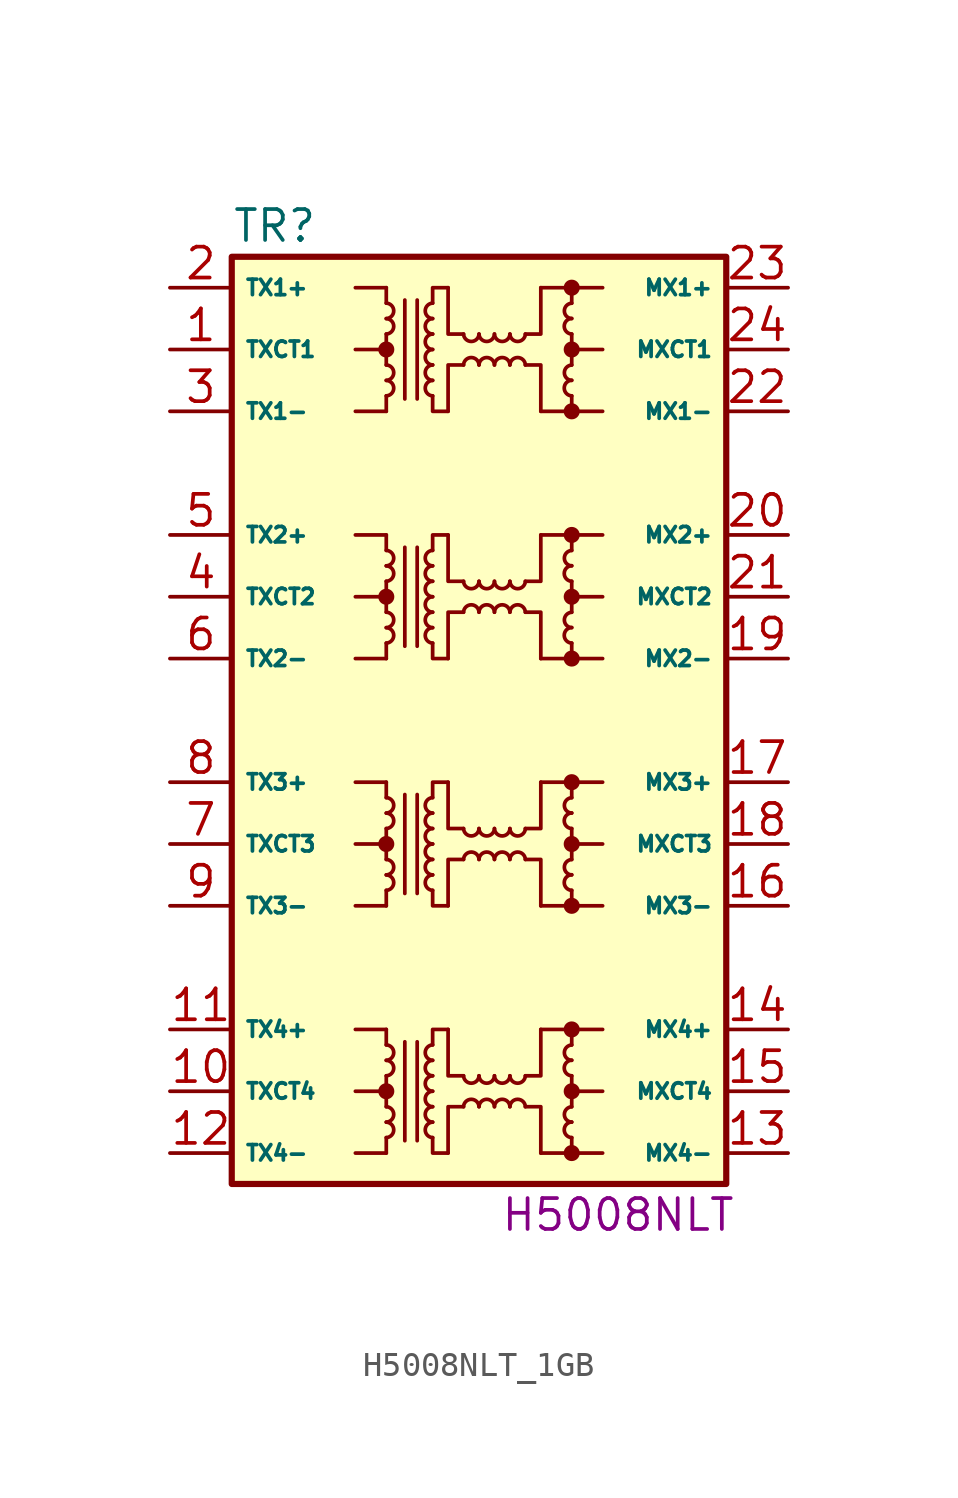
<source format=kicad_sym>
(kicad_symbol_lib
  (version 20211014)
  (generator kicad_symbol_editor)
  (symbol "H5008NLT_1GB"
    (property "Reference" "TR"
      (at -10.16 20.32 0)
      (effects (font (size 1.27 1.27)) (justify left)))
    (property "Manufacturer Part Number" "H5008NLT"
      (at 5.715 -20.32 0)
      (effects (font (size 1.27 1.27))))
    (symbol "H5008NLT_1GB_0_1"
      (rectangle (start -10.16 19.05) (end 10.16 -19.05) (stroke (width 0.254) (type default) (color 0 0 0 0)) (fill (type background)))
      (arc (start -3.81 -17.145) (mid -3.5052 -16.8402) (end -3.81 -16.51) (stroke (width 0) (type default) (color 0 0 0 0)) (fill (type none)))
      (arc (start -3.81 -16.51) (mid -3.5052 -16.2052) (end -3.81 -15.875) (stroke (width 0) (type default) (color 0 0 0 0)) (fill (type none)))
      (circle (center -3.81 -15.24) (radius 0.254) (stroke (width 0) (type default) (color 0 0 0 0)) (fill (type outline)))
      (arc (start -3.81 -14.605) (mid -3.5052 -14.3002) (end -3.81 -13.97) (stroke (width 0) (type default) (color 0 0 0 0)) (fill (type none)))
      (arc (start -3.81 -13.97) (mid -3.5052 -13.6652) (end -3.81 -13.335) (stroke (width 0) (type default) (color 0 0 0 0)) (fill (type none)))
      (arc (start -3.81 -6.985) (mid -3.5052 -6.6802) (end -3.81 -6.35) (stroke (width 0) (type default) (color 0 0 0 0)) (fill (type none)))
      (arc (start -3.81 -6.35) (mid -3.5052 -6.0452) (end -3.81 -5.715) (stroke (width 0) (type default) (color 0 0 0 0)) (fill (type none)))
      (circle (center -3.81 -5.08) (radius 0.254) (stroke (width 0) (type default) (color 0 0 0 0)) (fill (type outline)))
      (arc (start -3.81 -4.445) (mid -3.5052 -4.1402) (end -3.81 -3.81) (stroke (width 0) (type default) (color 0 0 0 0)) (fill (type none)))
      (arc (start -3.81 -3.81) (mid -3.5052 -3.5052) (end -3.81 -3.175) (stroke (width 0) (type default) (color 0 0 0 0)) (fill (type none)))
      (arc (start -3.81 3.175) (mid -3.5052 3.4798) (end -3.81 3.81) (stroke (width 0) (type default) (color 0 0 0 0)) (fill (type none)))
      (arc (start -3.81 3.81) (mid -3.5052 4.1148) (end -3.81 4.445) (stroke (width 0) (type default) (color 0 0 0 0)) (fill (type none)))
      (circle (center -3.81 5.08) (radius 0.254) (stroke (width 0) (type default) (color 0 0 0 0)) (fill (type outline)))
      (arc (start -3.81 5.715) (mid -3.5052 6.0198) (end -3.81 6.35) (stroke (width 0) (type default) (color 0 0 0 0)) (fill (type none)))
      (arc (start -3.81 6.35) (mid -3.5052 6.6548) (end -3.81 6.985) (stroke (width 0) (type default) (color 0 0 0 0)) (fill (type none)))
      (arc (start -3.81 13.335) (mid -3.5052 13.6398) (end -3.81 13.97) (stroke (width 0) (type default) (color 0 0 0 0)) (fill (type none)))
      (arc (start -3.81 13.97) (mid -3.5052 14.2748) (end -3.81 14.605) (stroke (width 0) (type default) (color 0 0 0 0)) (fill (type none)))
      (circle (center -3.81 15.24) (radius 0.254) (stroke (width 0) (type default) (color 0 0 0 0)) (fill (type outline)))
      (arc (start -3.81 15.875) (mid -3.5052 16.1798) (end -3.81 16.51) (stroke (width 0) (type default) (color 0 0 0 0)) (fill (type none)))
      (arc (start -3.81 16.51) (mid -3.5052 16.8148) (end -3.81 17.145) (stroke (width 0) (type default) (color 0 0 0 0)) (fill (type none)))
      (arc (start -1.905 -16.51) (mid -2.2098 -16.8148) (end -1.905 -17.145) (stroke (width 0) (type default) (color 0 0 0 0)) (fill (type none)))
      (arc (start -1.905 -15.875) (mid -2.2098 -16.1798) (end -1.905 -16.51) (stroke (width 0) (type default) (color 0 0 0 0)) (fill (type none)))
      (arc (start -1.905 -15.24) (mid -2.2098 -15.5448) (end -1.905 -15.875) (stroke (width 0) (type default) (color 0 0 0 0)) (fill (type none)))
      (arc (start -1.905 -14.605) (mid -2.2098 -14.9098) (end -1.905 -15.24) (stroke (width 0) (type default) (color 0 0 0 0)) (fill (type none)))
      (arc (start -1.905 -13.97) (mid -2.2098 -14.2748) (end -1.905 -14.605) (stroke (width 0) (type default) (color 0 0 0 0)) (fill (type none)))
      (arc (start -1.905 -13.335) (mid -2.2098 -13.6398) (end -1.905 -13.97) (stroke (width 0) (type default) (color 0 0 0 0)) (fill (type none)))
      (arc (start -1.905 -6.35) (mid -2.2098 -6.6548) (end -1.905 -6.985) (stroke (width 0) (type default) (color 0 0 0 0)) (fill (type none)))
      (arc (start -1.905 -5.715) (mid -2.2098 -6.0198) (end -1.905 -6.35) (stroke (width 0) (type default) (color 0 0 0 0)) (fill (type none)))
      (arc (start -1.905 -5.08) (mid -2.2098 -5.3848) (end -1.905 -5.715) (stroke (width 0) (type default) (color 0 0 0 0)) (fill (type none)))
      (arc (start -1.905 -4.445) (mid -2.2098 -4.7498) (end -1.905 -5.08) (stroke (width 0) (type default) (color 0 0 0 0)) (fill (type none)))
      (arc (start -1.905 -3.81) (mid -2.2098 -4.1148) (end -1.905 -4.445) (stroke (width 0) (type default) (color 0 0 0 0)) (fill (type none)))
      (arc (start -1.905 -3.175) (mid -2.2098 -3.4798) (end -1.905 -3.81) (stroke (width 0) (type default) (color 0 0 0 0)) (fill (type none)))
      (arc (start -1.905 3.81) (mid -2.2098 3.5052) (end -1.905 3.175) (stroke (width 0) (type default) (color 0 0 0 0)) (fill (type none)))
      (arc (start -1.905 4.445) (mid -2.2098 4.1402) (end -1.905 3.81) (stroke (width 0) (type default) (color 0 0 0 0)) (fill (type none)))
      (arc (start -1.905 5.08) (mid -2.2098 4.7752) (end -1.905 4.445) (stroke (width 0) (type default) (color 0 0 0 0)) (fill (type none)))
      (arc (start -1.905 5.715) (mid -2.2098 5.4102) (end -1.905 5.08) (stroke (width 0) (type default) (color 0 0 0 0)) (fill (type none)))
      (arc (start -1.905 6.35) (mid -2.2098 6.0452) (end -1.905 5.715) (stroke (width 0) (type default) (color 0 0 0 0)) (fill (type none)))
      (arc (start -1.905 6.985) (mid -2.2098 6.6802) (end -1.905 6.35) (stroke (width 0) (type default) (color 0 0 0 0)) (fill (type none)))
      (arc (start -1.905 13.97) (mid -2.2098 13.6652) (end -1.905 13.335) (stroke (width 0) (type default) (color 0 0 0 0)) (fill (type none)))
      (arc (start -1.905 14.605) (mid -2.2098 14.3002) (end -1.905 13.97) (stroke (width 0) (type default) (color 0 0 0 0)) (fill (type none)))
      (arc (start -1.905 15.24) (mid -2.2098 14.9352) (end -1.905 14.605) (stroke (width 0) (type default) (color 0 0 0 0)) (fill (type none)))
      (arc (start -1.905 15.875) (mid -2.2098 15.5702) (end -1.905 15.24) (stroke (width 0) (type default) (color 0 0 0 0)) (fill (type none)))
      (arc (start -1.905 16.51) (mid -2.2098 16.2052) (end -1.905 15.875) (stroke (width 0) (type default) (color 0 0 0 0)) (fill (type none)))
      (arc (start -1.905 17.145) (mid -2.2098 16.8402) (end -1.905 16.51) (stroke (width 0) (type default) (color 0 0 0 0)) (fill (type none)))
      (arc (start -0.635 -14.605) (mid -0.3302 -14.9098) (end 0 -14.605) (stroke (width 0) (type default) (color 0 0 0 0)) (fill (type none)))
      (arc (start -0.635 -4.445) (mid -0.3302 -4.7498) (end 0 -4.445) (stroke (width 0) (type default) (color 0 0 0 0)) (fill (type none)))
      (arc (start -0.635 5.715) (mid -0.3302 5.4102) (end 0 5.715) (stroke (width 0) (type default) (color 0 0 0 0)) (fill (type none)))
      (arc (start -0.635 15.875) (mid -0.3302 15.5702) (end 0 15.875) (stroke (width 0) (type default) (color 0 0 0 0)) (fill (type none)))
      (arc (start 0 -15.875) (mid -0.3048 -15.5702) (end -0.635 -15.875) (stroke (width 0) (type default) (color 0 0 0 0)) (fill (type none)))
      (arc (start 0 -14.605) (mid 0.3048 -14.9098) (end 0.635 -14.605) (stroke (width 0) (type default) (color 0 0 0 0)) (fill (type none)))
      (arc (start 0 -5.715) (mid -0.3048 -5.4102) (end -0.635 -5.715) (stroke (width 0) (type default) (color 0 0 0 0)) (fill (type none)))
      (arc (start 0 -4.445) (mid 0.3048 -4.7498) (end 0.635 -4.445) (stroke (width 0) (type default) (color 0 0 0 0)) (fill (type none)))
      (polyline (pts (xy -5.08 -17.78) (xy -3.81 -17.78)) (stroke (width 0) (type default) (color 0 0 0 0)) (fill (type none)))
      (polyline (pts (xy -5.08 -12.7) (xy -3.81 -12.7)) (stroke (width 0) (type default) (color 0 0 0 0)) (fill (type none)))
      (polyline (pts (xy -5.08 -7.62) (xy -3.81 -7.62)) (stroke (width 0) (type default) (color 0 0 0 0)) (fill (type none)))
      (polyline (pts (xy -5.08 -2.54) (xy -3.81 -2.54)) (stroke (width 0) (type default) (color 0 0 0 0)) (fill (type none)))
      (polyline (pts (xy -5.08 2.54) (xy -3.81 2.54)) (stroke (width 0) (type default) (color 0 0 0 0)) (fill (type none)))
      (polyline (pts (xy -5.08 7.62) (xy -3.81 7.62)) (stroke (width 0) (type default) (color 0 0 0 0)) (fill (type none)))
      (polyline (pts (xy -5.08 12.7) (xy -3.81 12.7)) (stroke (width 0) (type default) (color 0 0 0 0)) (fill (type none)))
      (polyline (pts (xy -5.08 17.78) (xy -3.81 17.78)) (stroke (width 0) (type default) (color 0 0 0 0)) (fill (type none)))
      (polyline (pts (xy -3.81 -17.78) (xy -3.81 -17.145)) (stroke (width 0) (type default) (color 0 0 0 0)) (fill (type none)))
      (polyline (pts (xy -3.81 -15.24) (xy -5.08 -15.24)) (stroke (width 0) (type default) (color 0 0 0 0)) (fill (type none)))
      (polyline (pts (xy -3.81 -15.24) (xy -3.81 -15.875)) (stroke (width 0) (type default) (color 0 0 0 0)) (fill (type none)))
      (polyline (pts (xy -3.81 -15.24) (xy -3.81 -14.605)) (stroke (width 0) (type default) (color 0 0 0 0)) (fill (type none)))
      (polyline (pts (xy -3.81 -12.7) (xy -3.81 -13.335)) (stroke (width 0) (type default) (color 0 0 0 0)) (fill (type none)))
      (polyline (pts (xy -3.81 -7.62) (xy -3.81 -6.985)) (stroke (width 0) (type default) (color 0 0 0 0)) (fill (type none)))
      (polyline (pts (xy -3.81 -5.08) (xy -5.08 -5.08)) (stroke (width 0) (type default) (color 0 0 0 0)) (fill (type none)))
      (polyline (pts (xy -3.81 -5.08) (xy -3.81 -5.715)) (stroke (width 0) (type default) (color 0 0 0 0)) (fill (type none)))
      (polyline (pts (xy -3.81 -5.08) (xy -3.81 -4.445)) (stroke (width 0) (type default) (color 0 0 0 0)) (fill (type none)))
      (polyline (pts (xy -3.81 -2.54) (xy -3.81 -3.175)) (stroke (width 0) (type default) (color 0 0 0 0)) (fill (type none)))
      (polyline (pts (xy -3.81 2.54) (xy -3.81 3.175)) (stroke (width 0) (type default) (color 0 0 0 0)) (fill (type none)))
      (polyline (pts (xy -3.81 5.08) (xy -5.08 5.08)) (stroke (width 0) (type default) (color 0 0 0 0)) (fill (type none)))
      (polyline (pts (xy -3.81 5.08) (xy -3.81 4.445)) (stroke (width 0) (type default) (color 0 0 0 0)) (fill (type none)))
      (polyline (pts (xy -3.81 5.08) (xy -3.81 5.715)) (stroke (width 0) (type default) (color 0 0 0 0)) (fill (type none)))
      (polyline (pts (xy -3.81 7.62) (xy -3.81 6.985)) (stroke (width 0) (type default) (color 0 0 0 0)) (fill (type none)))
      (polyline (pts (xy -3.81 12.7) (xy -3.81 13.335)) (stroke (width 0) (type default) (color 0 0 0 0)) (fill (type none)))
      (polyline (pts (xy -3.81 15.24) (xy -5.08 15.24)) (stroke (width 0) (type default) (color 0 0 0 0)) (fill (type none)))
      (polyline (pts (xy -3.81 15.24) (xy -3.81 14.605)) (stroke (width 0) (type default) (color 0 0 0 0)) (fill (type none)))
      (polyline (pts (xy -3.81 15.24) (xy -3.81 15.875)) (stroke (width 0) (type default) (color 0 0 0 0)) (fill (type none)))
      (polyline (pts (xy -3.81 17.78) (xy -3.81 17.145)) (stroke (width 0) (type default) (color 0 0 0 0)) (fill (type none)))
      (polyline (pts (xy -3.048 -17.272) (xy -3.048 -13.208)) (stroke (width 0) (type default) (color 0 0 0 0)) (fill (type none)))
      (polyline (pts (xy -3.048 -7.112) (xy -3.048 -3.048)) (stroke (width 0) (type default) (color 0 0 0 0)) (fill (type none)))
      (polyline (pts (xy -3.048 3.048) (xy -3.048 7.112)) (stroke (width 0) (type default) (color 0 0 0 0)) (fill (type none)))
      (polyline (pts (xy -3.048 13.208) (xy -3.048 17.272)) (stroke (width 0) (type default) (color 0 0 0 0)) (fill (type none)))
      (polyline (pts (xy -2.54 -17.272) (xy -2.54 -13.208)) (stroke (width 0) (type default) (color 0 0 0 0)) (fill (type none)))
      (polyline (pts (xy -2.54 -7.112) (xy -2.54 -3.048)) (stroke (width 0) (type default) (color 0 0 0 0)) (fill (type none)))
      (polyline (pts (xy -2.54 3.048) (xy -2.54 7.112)) (stroke (width 0) (type default) (color 0 0 0 0)) (fill (type none)))
      (polyline (pts (xy -2.54 13.208) (xy -2.54 17.272)) (stroke (width 0) (type default) (color 0 0 0 0)) (fill (type none)))
      (polyline (pts (xy 3.81 -17.78) (xy 3.81 -17.145)) (stroke (width 0) (type default) (color 0 0 0 0)) (fill (type none)))
      (polyline (pts (xy 3.81 -15.24) (xy 3.81 -15.875)) (stroke (width 0) (type default) (color 0 0 0 0)) (fill (type none)))
      (polyline (pts (xy 3.81 -15.24) (xy 3.81 -14.605)) (stroke (width 0) (type default) (color 0 0 0 0)) (fill (type none)))
      (polyline (pts (xy 3.81 -12.7) (xy 3.81 -13.335)) (stroke (width 0) (type default) (color 0 0 0 0)) (fill (type none)))
      (polyline (pts (xy 3.81 -7.62) (xy 3.81 -6.985)) (stroke (width 0) (type default) (color 0 0 0 0)) (fill (type none)))
      (polyline (pts (xy 3.81 -5.08) (xy 3.81 -5.715)) (stroke (width 0) (type default) (color 0 0 0 0)) (fill (type none)))
      (polyline (pts (xy 3.81 -5.08) (xy 3.81 -4.445)) (stroke (width 0) (type default) (color 0 0 0 0)) (fill (type none)))
      (polyline (pts (xy 3.81 -2.54) (xy 3.81 -3.175)) (stroke (width 0) (type default) (color 0 0 0 0)) (fill (type none)))
      (polyline (pts (xy 3.81 2.54) (xy 3.81 3.175)) (stroke (width 0) (type default) (color 0 0 0 0)) (fill (type none)))
      (polyline (pts (xy 3.81 5.08) (xy 3.81 4.445)) (stroke (width 0) (type default) (color 0 0 0 0)) (fill (type none)))
      (polyline (pts (xy 3.81 5.08) (xy 3.81 5.715)) (stroke (width 0) (type default) (color 0 0 0 0)) (fill (type none)))
      (polyline (pts (xy 3.81 7.62) (xy 3.81 6.985)) (stroke (width 0) (type default) (color 0 0 0 0)) (fill (type none)))
      (polyline (pts (xy 3.81 12.7) (xy 3.81 13.335)) (stroke (width 0) (type default) (color 0 0 0 0)) (fill (type none)))
      (polyline (pts (xy 3.81 15.24) (xy 3.81 14.605)) (stroke (width 0) (type default) (color 0 0 0 0)) (fill (type none)))
      (polyline (pts (xy 3.81 15.24) (xy 3.81 15.875)) (stroke (width 0) (type default) (color 0 0 0 0)) (fill (type none)))
      (polyline (pts (xy 3.81 17.78) (xy 3.81 17.145)) (stroke (width 0) (type default) (color 0 0 0 0)) (fill (type none)))
      (polyline (pts (xy 5.08 -17.78) (xy 2.54 -17.78)) (stroke (width 0) (type default) (color 0 0 0 0)) (fill (type none)))
      (polyline (pts (xy 5.08 -15.24) (xy 3.81 -15.24)) (stroke (width 0) (type default) (color 0 0 0 0)) (fill (type none)))
      (polyline (pts (xy 5.08 -12.7) (xy 2.54 -12.7)) (stroke (width 0) (type default) (color 0 0 0 0)) (fill (type none)))
      (polyline (pts (xy 5.08 -7.62) (xy 2.54 -7.62)) (stroke (width 0) (type default) (color 0 0 0 0)) (fill (type none)))
      (polyline (pts (xy 5.08 -5.08) (xy 3.81 -5.08)) (stroke (width 0) (type default) (color 0 0 0 0)) (fill (type none)))
      (polyline (pts (xy 5.08 -2.54) (xy 2.54 -2.54)) (stroke (width 0) (type default) (color 0 0 0 0)) (fill (type none)))
      (polyline (pts (xy 5.08 2.54) (xy 2.54 2.54)) (stroke (width 0) (type default) (color 0 0 0 0)) (fill (type none)))
      (polyline (pts (xy 5.08 5.08) (xy 3.81 5.08)) (stroke (width 0) (type default) (color 0 0 0 0)) (fill (type none)))
      (polyline (pts (xy 5.08 7.62) (xy 2.54 7.62)) (stroke (width 0) (type default) (color 0 0 0 0)) (fill (type none)))
      (polyline (pts (xy 5.08 12.7) (xy 2.54 12.7)) (stroke (width 0) (type default) (color 0 0 0 0)) (fill (type none)))
      (polyline (pts (xy 5.08 15.24) (xy 3.81 15.24)) (stroke (width 0) (type default) (color 0 0 0 0)) (fill (type none)))
      (polyline (pts (xy 5.08 17.78) (xy 2.54 17.78)) (stroke (width 0) (type default) (color 0 0 0 0)) (fill (type none)))
      (polyline (pts (xy -1.905 -17.145) (xy -1.905 -17.78) (xy -1.27 -17.78)) (stroke (width 0) (type default) (color 0 0 0 0)) (fill (type none)))
      (polyline (pts (xy -1.905 -13.335) (xy -1.905 -12.7) (xy -1.27 -12.7)) (stroke (width 0) (type default) (color 0 0 0 0)) (fill (type none)))
      (polyline (pts (xy -1.905 -6.985) (xy -1.905 -7.62) (xy -1.27 -7.62)) (stroke (width 0) (type default) (color 0 0 0 0)) (fill (type none)))
      (polyline (pts (xy -1.905 -3.175) (xy -1.905 -2.54) (xy -1.27 -2.54)) (stroke (width 0) (type default) (color 0 0 0 0)) (fill (type none)))
      (polyline (pts (xy -1.905 3.175) (xy -1.905 2.54) (xy -1.27 2.54)) (stroke (width 0) (type default) (color 0 0 0 0)) (fill (type none)))
      (polyline (pts (xy -1.905 6.985) (xy -1.905 7.62) (xy -1.27 7.62)) (stroke (width 0) (type default) (color 0 0 0 0)) (fill (type none)))
      (polyline (pts (xy -1.905 13.335) (xy -1.905 12.7) (xy -1.27 12.7)) (stroke (width 0) (type default) (color 0 0 0 0)) (fill (type none)))
      (polyline (pts (xy -1.905 17.145) (xy -1.905 17.78) (xy -1.27 17.78)) (stroke (width 0) (type default) (color 0 0 0 0)) (fill (type none)))
      (polyline (pts (xy -1.27 -17.78) (xy -1.27 -15.875) (xy -0.635 -15.875)) (stroke (width 0) (type default) (color 0 0 0 0)) (fill (type none)))
      (polyline (pts (xy -1.27 -7.62) (xy -1.27 -5.715) (xy -0.635 -5.715)) (stroke (width 0) (type default) (color 0 0 0 0)) (fill (type none)))
      (polyline (pts (xy -1.27 -2.54) (xy -1.27 -4.445) (xy -0.635 -4.445)) (stroke (width 0) (type default) (color 0 0 0 0)) (fill (type none)))
      (polyline (pts (xy -1.27 2.54) (xy -1.27 4.445) (xy -0.635 4.445)) (stroke (width 0) (type default) (color 0 0 0 0)) (fill (type none)))
      (polyline (pts (xy -1.27 17.78) (xy -1.27 15.875) (xy -0.635 15.875)) (stroke (width 0) (type default) (color 0 0 0 0)) (fill (type none)))
      (polyline (pts (xy -0.635 -14.605) (xy -1.27 -14.605) (xy -1.27 -12.7)) (stroke (width 0) (type default) (color 0 0 0 0)) (fill (type none)))
      (polyline (pts (xy -0.635 5.715) (xy -1.27 5.715) (xy -1.27 7.62)) (stroke (width 0) (type default) (color 0 0 0 0)) (fill (type none)))
      (polyline (pts (xy -0.635 14.605) (xy -1.27 14.605) (xy -1.27 12.7)) (stroke (width 0) (type default) (color 0 0 0 0)) (fill (type none)))
      (polyline (pts (xy 1.905 -15.875) (xy 2.54 -15.875) (xy 2.54 -17.78)) (stroke (width 0) (type default) (color 0 0 0 0)) (fill (type none)))
      (polyline (pts (xy 1.905 -14.605) (xy 2.54 -14.605) (xy 2.54 -12.7)) (stroke (width 0) (type default) (color 0 0 0 0)) (fill (type none)))
      (polyline (pts (xy 1.905 -5.715) (xy 2.54 -5.715) (xy 2.54 -7.62)) (stroke (width 0) (type default) (color 0 0 0 0)) (fill (type none)))
      (polyline (pts (xy 1.905 -4.445) (xy 2.54 -4.445) (xy 2.54 -2.54)) (stroke (width 0) (type default) (color 0 0 0 0)) (fill (type none)))
      (polyline (pts (xy 1.905 4.445) (xy 2.54 4.445) (xy 2.54 2.54)) (stroke (width 0) (type default) (color 0 0 0 0)) (fill (type none)))
      (polyline (pts (xy 1.905 5.715) (xy 2.54 5.715) (xy 2.54 7.62)) (stroke (width 0) (type default) (color 0 0 0 0)) (fill (type none)))
      (polyline (pts (xy 1.905 14.605) (xy 2.54 14.605) (xy 2.54 12.7)) (stroke (width 0) (type default) (color 0 0 0 0)) (fill (type none)))
      (polyline (pts (xy 1.905 15.875) (xy 2.54 15.875) (xy 2.54 17.78)) (stroke (width 0) (type default) (color 0 0 0 0)) (fill (type none)))
      (arc (start 0 4.445) (mid -0.3048 4.7498) (end -0.635 4.445) (stroke (width 0) (type default) (color 0 0 0 0)) (fill (type none)))
      (arc (start 0 5.715) (mid 0.3048 5.4102) (end 0.635 5.715) (stroke (width 0) (type default) (color 0 0 0 0)) (fill (type none)))
      (arc (start 0 14.605) (mid -0.3048 14.9098) (end -0.635 14.605) (stroke (width 0) (type default) (color 0 0 0 0)) (fill (type none)))
      (arc (start 0 15.875) (mid 0.3048 15.5702) (end 0.635 15.875) (stroke (width 0) (type default) (color 0 0 0 0)) (fill (type none)))
      (arc (start 0.635 -15.875) (mid 0.3302 -15.5702) (end 0 -15.875) (stroke (width 0) (type default) (color 0 0 0 0)) (fill (type none)))
      (arc (start 0.635 -14.605) (mid 0.9398 -14.9098) (end 1.27 -14.605) (stroke (width 0) (type default) (color 0 0 0 0)) (fill (type none)))
      (arc (start 0.635 -5.715) (mid 0.3302 -5.4102) (end 0 -5.715) (stroke (width 0) (type default) (color 0 0 0 0)) (fill (type none)))
      (arc (start 0.635 -4.445) (mid 0.9398 -4.7498) (end 1.27 -4.445) (stroke (width 0) (type default) (color 0 0 0 0)) (fill (type none)))
      (arc (start 0.635 4.445) (mid 0.3302 4.7498) (end 0 4.445) (stroke (width 0) (type default) (color 0 0 0 0)) (fill (type none)))
      (arc (start 0.635 5.715) (mid 0.9398 5.4102) (end 1.27 5.715) (stroke (width 0) (type default) (color 0 0 0 0)) (fill (type none)))
      (arc (start 0.635 14.605) (mid 0.3302 14.9098) (end 0 14.605) (stroke (width 0) (type default) (color 0 0 0 0)) (fill (type none)))
      (arc (start 0.635 15.875) (mid 0.9398 15.5702) (end 1.27 15.875) (stroke (width 0) (type default) (color 0 0 0 0)) (fill (type none)))
      (arc (start 1.27 -15.875) (mid 0.9652 -15.5702) (end 0.635 -15.875) (stroke (width 0) (type default) (color 0 0 0 0)) (fill (type none)))
      (arc (start 1.27 -14.605) (mid 1.5748 -14.9098) (end 1.905 -14.605) (stroke (width 0) (type default) (color 0 0 0 0)) (fill (type none)))
      (arc (start 1.27 -5.715) (mid 0.9652 -5.4102) (end 0.635 -5.715) (stroke (width 0) (type default) (color 0 0 0 0)) (fill (type none)))
      (arc (start 1.27 -4.445) (mid 1.5748 -4.7498) (end 1.905 -4.445) (stroke (width 0) (type default) (color 0 0 0 0)) (fill (type none)))
      (arc (start 1.27 4.445) (mid 0.9652 4.7498) (end 0.635 4.445) (stroke (width 0) (type default) (color 0 0 0 0)) (fill (type none)))
      (arc (start 1.27 5.715) (mid 1.5748 5.4102) (end 1.905 5.715) (stroke (width 0) (type default) (color 0 0 0 0)) (fill (type none)))
      (arc (start 1.27 14.605) (mid 0.9652 14.9098) (end 0.635 14.605) (stroke (width 0) (type default) (color 0 0 0 0)) (fill (type none)))
      (arc (start 1.27 15.875) (mid 1.5748 15.5702) (end 1.905 15.875) (stroke (width 0) (type default) (color 0 0 0 0)) (fill (type none)))
      (arc (start 1.905 -15.875) (mid 1.6002 -15.5702) (end 1.27 -15.875) (stroke (width 0) (type default) (color 0 0 0 0)) (fill (type none)))
      (arc (start 1.905 -5.715) (mid 1.6002 -5.4102) (end 1.27 -5.715) (stroke (width 0) (type default) (color 0 0 0 0)) (fill (type none)))
      (arc (start 1.905 4.445) (mid 1.6002 4.7498) (end 1.27 4.445) (stroke (width 0) (type default) (color 0 0 0 0)) (fill (type none)))
      (arc (start 1.905 14.605) (mid 1.6002 14.9098) (end 1.27 14.605) (stroke (width 0) (type default) (color 0 0 0 0)) (fill (type none)))
      (circle (center 3.81 -17.78) (radius 0.254) (stroke (width 0) (type default) (color 0 0 0 0)) (fill (type outline)))
      (arc (start 3.81 -16.51) (mid 3.4798 -16.8402) (end 3.81 -17.145) (stroke (width 0) (type default) (color 0 0 0 0)) (fill (type none)))
      (arc (start 3.81 -15.875) (mid 3.4798 -16.2052) (end 3.81 -16.51) (stroke (width 0) (type default) (color 0 0 0 0)) (fill (type none)))
      (circle (center 3.81 -15.24) (radius 0.254) (stroke (width 0) (type default) (color 0 0 0 0)) (fill (type outline)))
      (arc (start 3.81 -13.97) (mid 3.4798 -14.3002) (end 3.81 -14.605) (stroke (width 0) (type default) (color 0 0 0 0)) (fill (type none)))
      (arc (start 3.81 -13.335) (mid 3.4798 -13.6652) (end 3.81 -13.97) (stroke (width 0) (type default) (color 0 0 0 0)) (fill (type none)))
      (circle (center 3.81 -12.7) (radius 0.254) (stroke (width 0) (type default) (color 0 0 0 0)) (fill (type outline)))
      (circle (center 3.81 -7.62) (radius 0.254) (stroke (width 0) (type default) (color 0 0 0 0)) (fill (type outline)))
      (arc (start 3.81 -6.35) (mid 3.4798 -6.6802) (end 3.81 -6.985) (stroke (width 0) (type default) (color 0 0 0 0)) (fill (type none)))
      (arc (start 3.81 -5.715) (mid 3.4798 -6.0452) (end 3.81 -6.35) (stroke (width 0) (type default) (color 0 0 0 0)) (fill (type none)))
      (circle (center 3.81 -5.08) (radius 0.254) (stroke (width 0) (type default) (color 0 0 0 0)) (fill (type outline)))
      (arc (start 3.81 -3.81) (mid 3.4798 -4.1402) (end 3.81 -4.445) (stroke (width 0) (type default) (color 0 0 0 0)) (fill (type none)))
      (arc (start 3.81 -3.175) (mid 3.4798 -3.5052) (end 3.81 -3.81) (stroke (width 0) (type default) (color 0 0 0 0)) (fill (type none)))
      (circle (center 3.81 -2.54) (radius 0.254) (stroke (width 0) (type default) (color 0 0 0 0)) (fill (type outline)))
      (circle (center 3.81 2.54) (radius 0.254) (stroke (width 0) (type default) (color 0 0 0 0)) (fill (type outline)))
      (arc (start 3.81 3.81) (mid 3.4798 3.4798) (end 3.81 3.175) (stroke (width 0) (type default) (color 0 0 0 0)) (fill (type none)))
      (arc (start 3.81 4.445) (mid 3.4798 4.1148) (end 3.81 3.81) (stroke (width 0) (type default) (color 0 0 0 0)) (fill (type none)))
      (circle (center 3.81 5.08) (radius 0.254) (stroke (width 0) (type default) (color 0 0 0 0)) (fill (type outline)))
      (arc (start 3.81 6.35) (mid 3.4798 6.0198) (end 3.81 5.715) (stroke (width 0) (type default) (color 0 0 0 0)) (fill (type none)))
      (arc (start 3.81 6.985) (mid 3.4798 6.6548) (end 3.81 6.35) (stroke (width 0) (type default) (color 0 0 0 0)) (fill (type none)))
      (circle (center 3.81 7.62) (radius 0.254) (stroke (width 0) (type default) (color 0 0 0 0)) (fill (type outline)))
      (circle (center 3.81 12.7) (radius 0.254) (stroke (width 0) (type default) (color 0 0 0 0)) (fill (type outline)))
      (arc (start 3.81 13.97) (mid 3.4798 13.6398) (end 3.81 13.335) (stroke (width 0) (type default) (color 0 0 0 0)) (fill (type none)))
      (arc (start 3.81 14.605) (mid 3.4798 14.2748) (end 3.81 13.97) (stroke (width 0) (type default) (color 0 0 0 0)) (fill (type none)))
      (circle (center 3.81 15.24) (radius 0.254) (stroke (width 0) (type default) (color 0 0 0 0)) (fill (type outline)))
      (arc (start 3.81 16.51) (mid 3.4798 16.1798) (end 3.81 15.875) (stroke (width 0) (type default) (color 0 0 0 0)) (fill (type none)))
      (arc (start 3.81 17.145) (mid 3.4798 16.8148) (end 3.81 16.51) (stroke (width 0) (type default) (color 0 0 0 0)) (fill (type none)))
      (circle (center 3.81 17.78) (radius 0.254) (stroke (width 0) (type default) (color 0 0 0 0)) (fill (type outline))))
    (symbol "H5008NLT_1GB_1_1"
      (pin passive line (at -12.7 15.24 0) (length 2.54) (name "TXCT1" (effects (font (size 0.635 0.635)))) (number "1" (effects (font (size 1.27 1.27)))))
      (pin passive line (at -12.7 -15.24 0) (length 2.54) (name "TXCT4" (effects (font (size 0.635 0.635)))) (number "10" (effects (font (size 1.27 1.27)))))
      (pin passive line (at -12.7 -12.7 0) (length 2.54) (name "TX4+" (effects (font (size 0.635 0.635)))) (number "11" (effects (font (size 1.27 1.27)))))
      (pin passive line (at -12.7 -17.78 0) (length 2.54) (name "TX4-" (effects (font (size 0.635 0.635)))) (number "12" (effects (font (size 1.27 1.27)))))
      (pin passive line (at 12.7 -17.78 180) (length 2.54) (name "MX4-" (effects (font (size 0.635 0.635)))) (number "13" (effects (font (size 1.27 1.27)))))
      (pin passive line (at 12.7 -12.7 180) (length 2.54) (name "MX4+" (effects (font (size 0.635 0.635)))) (number "14" (effects (font (size 1.27 1.27)))))
      (pin passive line (at 12.7 -15.24 180) (length 2.54) (name "MXCT4" (effects (font (size 0.635 0.635)))) (number "15" (effects (font (size 1.27 1.27)))))
      (pin passive line (at 12.7 -7.62 180) (length 2.54) (name "MX3-" (effects (font (size 0.635 0.635)))) (number "16" (effects (font (size 1.27 1.27)))))
      (pin passive line (at 12.7 -2.54 180) (length 2.54) (name "MX3+" (effects (font (size 0.635 0.635)))) (number "17" (effects (font (size 1.27 1.27)))))
      (pin passive line (at 12.7 -5.08 180) (length 2.54) (name "MXCT3" (effects (font (size 0.635 0.635)))) (number "18" (effects (font (size 1.27 1.27)))))
      (pin passive line (at 12.7 2.54 180) (length 2.54) (name "MX2-" (effects (font (size 0.635 0.635)))) (number "19" (effects (font (size 1.27 1.27)))))
      (pin passive line (at -12.7 17.78 0) (length 2.54) (name "TX1+" (effects (font (size 0.635 0.635)))) (number "2" (effects (font (size 1.27 1.27)))))
      (pin passive line (at 12.7 7.62 180) (length 2.54) (name "MX2+" (effects (font (size 0.635 0.635)))) (number "20" (effects (font (size 1.27 1.27)))))
      (pin passive line (at 12.7 5.08 180) (length 2.54) (name "MXCT2" (effects (font (size 0.635 0.635)))) (number "21" (effects (font (size 1.27 1.27)))))
      (pin passive line (at 12.7 12.7 180) (length 2.54) (name "MX1-" (effects (font (size 0.635 0.635)))) (number "22" (effects (font (size 1.27 1.27)))))
      (pin passive line (at 12.7 17.78 180) (length 2.54) (name "MX1+" (effects (font (size 0.635 0.635)))) (number "23" (effects (font (size 1.27 1.27)))))
      (pin passive line (at 12.7 15.24 180) (length 2.54) (name "MXCT1" (effects (font (size 0.635 0.635)))) (number "24" (effects (font (size 1.27 1.27)))))
      (pin passive line (at -12.7 12.7 0) (length 2.54) (name "TX1-" (effects (font (size 0.635 0.635)))) (number "3" (effects (font (size 1.27 1.27)))))
      (pin passive line (at -12.7 5.08 0) (length 2.54) (name "TXCT2" (effects (font (size 0.635 0.635)))) (number "4" (effects (font (size 1.27 1.27)))))
      (pin passive line (at -12.7 7.62 0) (length 2.54) (name "TX2+" (effects (font (size 0.635 0.635)))) (number "5" (effects (font (size 1.27 1.27)))))
      (pin passive line (at -12.7 2.54 0) (length 2.54) (name "TX2-" (effects (font (size 0.635 0.635)))) (number "6" (effects (font (size 1.27 1.27)))))
      (pin passive line (at -12.7 -5.08 0) (length 2.54) (name "TXCT3" (effects (font (size 0.635 0.635)))) (number "7" (effects (font (size 1.27 1.27)))))
      (pin passive line (at -12.7 -2.54 0) (length 2.54) (name "TX3+" (effects (font (size 0.635 0.635)))) (number "8" (effects (font (size 1.27 1.27)))))
      (pin passive line (at -12.7 -7.62 0) (length 2.54) (name "TX3-" (effects (font (size 0.635 0.635)))) (number "9" (effects (font (size 1.27 1.27))))))))
</source>
